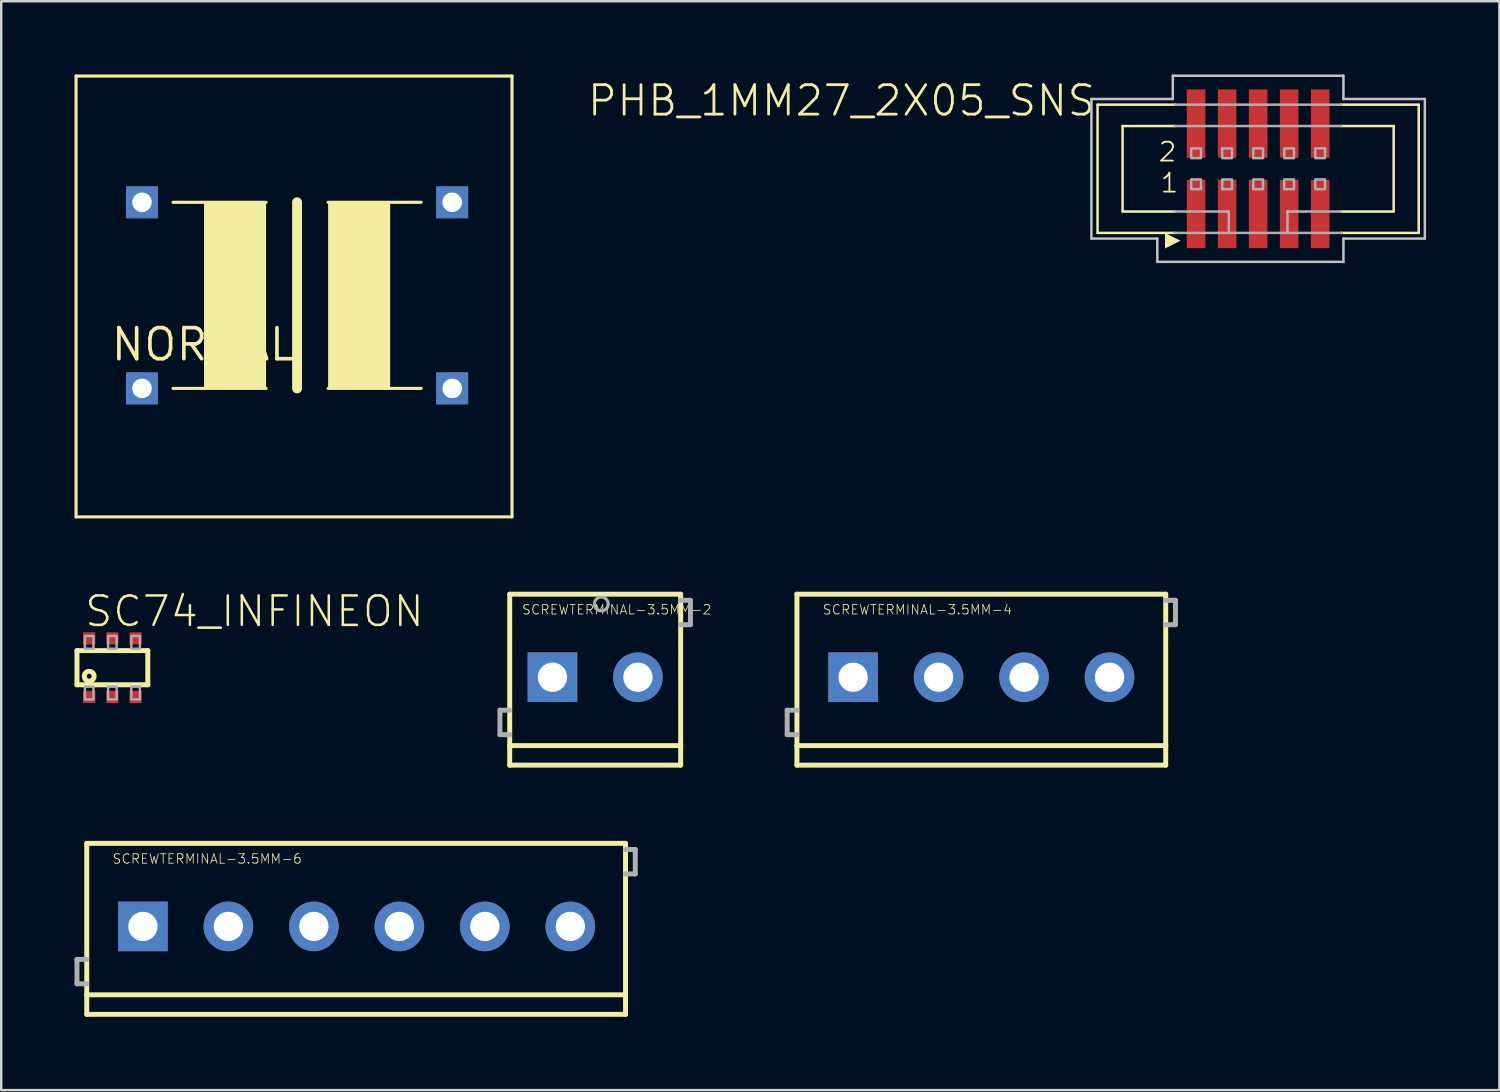
<source format=kicad_pcb>
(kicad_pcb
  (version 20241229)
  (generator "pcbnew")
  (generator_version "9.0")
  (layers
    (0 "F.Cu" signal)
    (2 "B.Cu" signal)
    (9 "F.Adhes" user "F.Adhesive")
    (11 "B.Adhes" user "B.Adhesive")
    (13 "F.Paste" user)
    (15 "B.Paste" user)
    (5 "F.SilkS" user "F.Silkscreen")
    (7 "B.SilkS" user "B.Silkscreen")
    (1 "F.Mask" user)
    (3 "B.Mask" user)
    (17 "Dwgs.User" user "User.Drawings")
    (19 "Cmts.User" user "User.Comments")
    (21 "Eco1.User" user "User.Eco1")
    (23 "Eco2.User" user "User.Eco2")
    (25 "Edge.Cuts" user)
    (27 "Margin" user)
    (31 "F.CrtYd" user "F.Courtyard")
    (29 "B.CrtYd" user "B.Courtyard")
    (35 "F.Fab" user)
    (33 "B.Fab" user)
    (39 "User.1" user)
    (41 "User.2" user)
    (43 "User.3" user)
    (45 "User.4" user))
  (footprint "SCREWTERMINAL-3.5MM-2"
    (layer "F.Cu")
    (at 19.57 24.679)
    (property "Reference" "SCREWTERMINAL-3.5MM-2" (at -1.27 -2.54 0) (layer "F.SilkS") (effects (font (size 0.386 0.386) (thickness 0.033)) (justify left bottom)))
    (attr through_hole)
    (fp_line (start -1.75 -3.4) (end 5.25 -3.4) (stroke (width 0.203) (type solid)) (layer "F.SilkS"))
    (fp_line (start -1.75 2.8) (end -1.75 -3.4) (stroke (width 0.203) (type solid)) (layer "F.SilkS"))
    (fp_line (start -1.75 3.6) (end -1.75 2.8) (stroke (width 0.203) (type solid)) (layer "F.SilkS"))
    (fp_line (start 5.25 -3.4) (end 5.25 2.8) (stroke (width 0.203) (type solid)) (layer "F.SilkS"))
    (fp_line (start 5.25 2.8) (end -1.75 2.8) (stroke (width 0.203) (type solid)) (layer "F.SilkS"))
    (fp_line (start 5.25 2.8) (end 5.25 3.6) (stroke (width 0.203) (type solid)) (layer "F.SilkS"))
    (fp_line (start 5.25 3.6) (end -1.75 3.6) (stroke (width 0.203) (type solid)) (layer "F.SilkS"))
    (fp_line (start -2.15 1.35) (end -2.15 2.35) (stroke (width 0.203) (type solid)) (layer "F.Fab"))
    (fp_line (start -2.15 2.35) (end -1.75 2.35) (stroke (width 0.203) (type solid)) (layer "F.Fab"))
    (fp_line (start -1.75 1.35) (end -2.15 1.35) (stroke (width 0.203) (type solid)) (layer "F.Fab"))
    (fp_line (start 5.25 -3.15) (end 5.65 -3.15) (stroke (width 0.203) (type solid)) (layer "F.Fab"))
    (fp_line (start 5.65 -3.15) (end 5.65 -2.15) (stroke (width 0.203) (type solid)) (layer "F.Fab"))
    (fp_line (start 5.65 -2.15) (end 5.25 -2.15) (stroke (width 0.203) (type solid)) (layer "F.Fab"))
    (fp_circle (center 2 -3) (end 2.283 -3) (stroke (width 0.127) (type solid)) (fill no) (layer "F.Fab"))
    (pad "1" thru_hole rect (at 0 0) (size 2.032 2.032) (drill 1.2) (layers "*.Cu" "*.Mask"))
    (pad "2" thru_hole circle (at 3.5 0) (size 2.032 2.032) (drill 1.2) (layers "*.Cu" "*.Mask")))
  (footprint "SC74_INFINEON"
    (layer "F.Cu")
    (at 1.552 24.288)
    (property "Reference" "SC74_INFINEON" (at -1.2 -1.6 0) (layer "F.SilkS") (effects (font (size 1.206 1.206) (thickness 0.102)) (justify left bottom)))
    (attr through_hole)
    (fp_line (start -1.45 -0.7) (end -1.45 0.7) (stroke (width 0.203) (type solid)) (layer "F.SilkS"))
    (fp_line (start -1.45 0.7) (end 1.45 0.7) (stroke (width 0.203) (type solid)) (layer "F.SilkS"))
    (fp_line (start 1.45 -0.7) (end -1.45 -0.7) (stroke (width 0.203) (type solid)) (layer "F.SilkS"))
    (fp_line (start 1.45 0.7) (end 1.45 -0.7) (stroke (width 0.203) (type solid)) (layer "F.SilkS"))
    (fp_circle (center -0.95 0.35) (end -0.85 0.35) (stroke (width 0.203) (type solid)) (fill no) (layer "F.SilkS"))
    (fp_poly (pts (xy -1.125 -0.775) (xy -0.775 -0.775) (xy -0.775 -1.3) (xy -1.125 -1.3)) (stroke (width 0.1) (type solid)) (fill no) (layer "F.Fab"))
    (fp_poly (pts (xy -1.125 1.3) (xy -0.775 1.3) (xy -0.775 0.775) (xy -1.125 0.775)) (stroke (width 0.1) (type solid)) (fill no) (layer "F.Fab"))
    (fp_poly (pts (xy -0.175 -0.775) (xy 0.175 -0.775) (xy 0.175 -1.3) (xy -0.175 -1.3)) (stroke (width 0.1) (type solid)) (fill no) (layer "F.Fab"))
    (fp_poly (pts (xy -0.175 1.3) (xy 0.175 1.3) (xy 0.175 0.775) (xy -0.175 0.775)) (stroke (width 0.1) (type solid)) (fill no) (layer "F.Fab"))
    (fp_poly (pts (xy 0.775 -0.775) (xy 1.125 -0.775) (xy 1.125 -1.3) (xy 0.775 -1.3)) (stroke (width 0.1) (type solid)) (fill no) (layer "F.Fab"))
    (fp_poly (pts (xy 0.775 1.3) (xy 1.125 1.3) (xy 1.125 0.775) (xy 0.775 0.775)) (stroke (width 0.1) (type solid)) (fill no) (layer "F.Fab"))
    (pad "1" smd rect (at -0.95 1.2) (size 0.5 0.5) (layers "F.Cu" "F.Mask" "F.Paste"))
    (pad "2" smd rect (at 0 1.2) (size 0.5 0.5) (layers "F.Cu" "F.Mask" "F.Paste"))
    (pad "3" smd rect (at 0.95 1.2) (size 0.5 0.5) (layers "F.Cu" "F.Mask" "F.Paste"))
    (pad "4" smd rect (at 0.95 -1.2) (size 0.5 0.5) (layers "F.Cu" "F.Mask" "F.Paste"))
    (pad "5" smd rect (at 0 -1.2) (size 0.5 0.5) (layers "F.Cu" "F.Mask" "F.Paste"))
    (pad "6" smd rect (at -0.95 -1.2) (size 0.5 0.5) (layers "F.Cu" "F.Mask" "F.Paste")))
  (footprint "SCREWTERMINAL-3.5MM-4"
    (layer "F.Cu")
    (at 31.88 24.679)
    (property "Reference" "SCREWTERMINAL-3.5MM-4" (at -1.27 -2.54 0) (layer "F.SilkS") (effects (font (size 0.386 0.386) (thickness 0.033)) (justify left bottom)))
    (attr through_hole)
    (fp_line (start -2.3 -3.4) (end 12.8 -3.4) (stroke (width 0.203) (type solid)) (layer "F.SilkS"))
    (fp_line (start -2.3 2.8) (end -2.3 -3.4) (stroke (width 0.203) (type solid)) (layer "F.SilkS"))
    (fp_line (start -2.3 3.6) (end -2.3 2.8) (stroke (width 0.203) (type solid)) (layer "F.SilkS"))
    (fp_line (start 12.8 -3.4) (end 12.8 2.8) (stroke (width 0.203) (type solid)) (layer "F.SilkS"))
    (fp_line (start 12.8 2.8) (end -2.3 2.8) (stroke (width 0.203) (type solid)) (layer "F.SilkS"))
    (fp_line (start 12.8 2.8) (end 12.8 3.6) (stroke (width 0.203) (type solid)) (layer "F.SilkS"))
    (fp_line (start 12.8 3.6) (end -2.3 3.6) (stroke (width 0.203) (type solid)) (layer "F.SilkS"))
    (fp_line (start -2.7 1.35) (end -2.7 2.35) (stroke (width 0.203) (type solid)) (layer "F.Fab"))
    (fp_line (start -2.7 2.35) (end -2.3 2.35) (stroke (width 0.203) (type solid)) (layer "F.Fab"))
    (fp_line (start -2.3 1.35) (end -2.7 1.35) (stroke (width 0.203) (type solid)) (layer "F.Fab"))
    (fp_line (start 12.8 -3.15) (end 13.2 -3.15) (stroke (width 0.203) (type solid)) (layer "F.Fab"))
    (fp_line (start 13.2 -3.15) (end 13.2 -2.15) (stroke (width 0.203) (type solid)) (layer "F.Fab"))
    (fp_line (start 13.2 -2.15) (end 12.8 -2.15) (stroke (width 0.203) (type solid)) (layer "F.Fab"))
    (fp_circle (center 0 0) (end 0.425 0) (stroke (width 0.001) (type solid)) (fill no) (layer "F.Fab"))
    (fp_circle (center 3.5 0) (end 3.925 0) (stroke (width 0.001) (type solid)) (fill no) (layer "F.Fab"))
    (fp_circle (center 7 0) (end 7.425 0) (stroke (width 0.001) (type solid)) (fill no) (layer "F.Fab"))
    (fp_circle (center 10.5 0) (end 10.925 0) (stroke (width 0.001) (type solid)) (fill no) (layer "F.Fab"))
    (pad "1" thru_hole rect (at 0 0) (size 2.032 2.032) (drill 1.2) (layers "*.Cu" "*.Mask"))
    (pad "2" thru_hole circle (at 3.5 0) (size 2.032 2.032) (drill 1.2) (layers "*.Cu" "*.Mask"))
    (pad "3" thru_hole circle (at 7 0) (size 2.032 2.032) (drill 1.2) (layers "*.Cu" "*.Mask"))
    (pad "4" thru_hole circle (at 10.5 0) (size 2.032 2.032) (drill 1.2) (layers "*.Cu" "*.Mask")))
  (footprint "SCREWTERMINAL-3.5MM-6"
    (layer "F.Cu")
    (at 2.802 34.882)
    (property "Reference" "SCREWTERMINAL-3.5MM-6" (at -1.27 -2.54 0) (layer "F.SilkS") (effects (font (size 0.386 0.386) (thickness 0.033)) (justify left bottom)))
    (attr through_hole)
    (fp_line (start -2.3 -3.4) (end 19.76 -3.4) (stroke (width 0.203) (type solid)) (layer "F.SilkS"))
    (fp_line (start -2.3 2.8) (end -2.3 -3.4) (stroke (width 0.203) (type solid)) (layer "F.SilkS"))
    (fp_line (start -2.3 3.6) (end -2.3 2.8) (stroke (width 0.203) (type solid)) (layer "F.SilkS"))
    (fp_line (start 19.76 -3.4) (end 19.76 2.8) (stroke (width 0.203) (type solid)) (layer "F.SilkS"))
    (fp_line (start 19.76 2.8) (end -2.3 2.8) (stroke (width 0.203) (type solid)) (layer "F.SilkS"))
    (fp_line (start 19.76 2.8) (end 19.76 3.6) (stroke (width 0.203) (type solid)) (layer "F.SilkS"))
    (fp_line (start 19.76 3.6) (end -2.3 3.6) (stroke (width 0.203) (type solid)) (layer "F.SilkS"))
    (fp_line (start -2.7 1.35) (end -2.7 2.35) (stroke (width 0.203) (type solid)) (layer "F.Fab"))
    (fp_line (start -2.7 2.35) (end -2.3 2.35) (stroke (width 0.203) (type solid)) (layer "F.Fab"))
    (fp_line (start -2.3 1.35) (end -2.7 1.35) (stroke (width 0.203) (type solid)) (layer "F.Fab"))
    (fp_line (start 19.76 -3.15) (end 20.16 -3.15) (stroke (width 0.203) (type solid)) (layer "F.Fab"))
    (fp_line (start 20.16 -3.15) (end 20.16 -2.15) (stroke (width 0.203) (type solid)) (layer "F.Fab"))
    (fp_line (start 20.16 -2.15) (end 19.76 -2.15) (stroke (width 0.203) (type solid)) (layer "F.Fab"))
    (pad "1" thru_hole rect (at 0 0) (size 2.032 2.032) (drill 1.2) (layers "*.Cu" "*.Mask"))
    (pad "2" thru_hole circle (at 3.5 0) (size 2.032 2.032) (drill 1.2) (layers "*.Cu" "*.Mask"))
    (pad "3" thru_hole circle (at 7 0) (size 2.032 2.032) (drill 1.2) (layers "*.Cu" "*.Mask"))
    (pad "4" thru_hole circle (at 10.5 0) (size 2.032 2.032) (drill 1.2) (layers "*.Cu" "*.Mask"))
    (pad "5" thru_hole circle (at 14 0) (size 2.032 2.032) (drill 1.2) (layers "*.Cu" "*.Mask"))
    (pad "6" thru_hole circle (at 17.5 0) (size 2.032 2.032) (drill 1.2) (layers "*.Cu" "*.Mask")))
  (footprint "PHB_1MM27_2X05_SNS"
    (layer "F.Cu")
    (at 48.464 3.861)
    (property "Reference" "PHB_1MM27_2X05_SNS" (at -6.588 -3.495 0) (layer "F.SilkS") (effects (font (size 1.206 1.206) (thickness 0.114)) (justify right top)))
    (attr through_hole)
    (fp_line (start -6.575 -2.625) (end -6.575 2.625) (stroke (width 0.102) (type solid)) (layer "F.SilkS"))
    (fp_line (start -6.575 2.625) (end -3.41 2.625) (stroke (width 0.102) (type solid)) (layer "F.SilkS"))
    (fp_line (start -5.55 -1.75) (end -5.55 1.75) (stroke (width 0.102) (type solid)) (layer "F.SilkS"))
    (fp_line (start -5.55 1.75) (end -3.39 1.75) (stroke (width 0.102) (type solid)) (layer "F.SilkS"))
    (fp_line (start -3.41 -1.75) (end -5.55 -1.75) (stroke (width 0.102) (type solid)) (layer "F.SilkS"))
    (fp_line (start -3.385 -2.625) (end -6.575 -2.625) (stroke (width 0.102) (type solid)) (layer "F.SilkS"))
    (fp_line (start 3.39 1.75) (end 5.55 1.75) (stroke (width 0.102) (type solid)) (layer "F.SilkS"))
    (fp_line (start 3.39 2.625) (end 6.575 2.625) (stroke (width 0.102) (type solid)) (layer "F.SilkS"))
    (fp_line (start 5.55 -1.75) (end 3.39 -1.75) (stroke (width 0.102) (type solid)) (layer "F.SilkS"))
    (fp_line (start 5.55 1.75) (end 5.55 -1.75) (stroke (width 0.102) (type solid)) (layer "F.SilkS"))
    (fp_line (start 6.575 -2.625) (end 3.385 -2.625) (stroke (width 0.102) (type solid)) (layer "F.SilkS"))
    (fp_line (start 6.575 2.625) (end 6.575 -2.625) (stroke (width 0.102) (type solid)) (layer "F.SilkS"))
    (fp_poly (pts (xy -3.178 2.946) (xy -3.813 2.629) (xy -3.813 3.264)) (stroke (width 0) (type solid)) (fill yes) (layer "F.SilkS"))
    (fp_line (start -6.826 -2.857) (end -3.493 -2.857) (stroke (width 0.102) (type solid)) (layer "Dwgs.User"))
    (fp_line (start -6.826 2.857) (end -6.826 -2.857) (stroke (width 0.102) (type solid)) (layer "Dwgs.User"))
    (fp_line (start -4.128 2.857) (end -6.826 2.857) (stroke (width 0.102) (type solid)) (layer "Dwgs.User"))
    (fp_line (start -4.128 3.81) (end -4.128 2.857) (stroke (width 0.102) (type solid)) (layer "Dwgs.User"))
    (fp_line (start -3.493 -3.81) (end 3.493 -3.81) (stroke (width 0.102) (type solid)) (layer "Dwgs.User"))
    (fp_line (start -3.493 -2.857) (end -3.493 -3.81) (stroke (width 0.102) (type solid)) (layer "Dwgs.User"))
    (fp_line (start 3.493 -3.81) (end 3.493 -2.857) (stroke (width 0.102) (type solid)) (layer "Dwgs.User"))
    (fp_line (start 3.493 -2.857) (end 6.826 -2.857) (stroke (width 0.102) (type solid)) (layer "Dwgs.User"))
    (fp_line (start 3.493 2.857) (end 3.493 3.81) (stroke (width 0.102) (type solid)) (layer "Dwgs.User"))
    (fp_line (start 3.493 3.81) (end -4.128 3.81) (stroke (width 0.102) (type solid)) (layer "Dwgs.User"))
    (fp_line (start 6.826 -2.857) (end 6.826 2.857) (stroke (width 0.102) (type solid)) (layer "Dwgs.User"))
    (fp_line (start 6.826 2.857) (end 3.493 2.857) (stroke (width 0.102) (type solid)) (layer "Dwgs.User"))
    (fp_line (start -3.425 2.625) (end -1.2 2.625) (stroke (width 0.102) (type solid)) (layer "F.Fab"))
    (fp_line (start -3.41 1.75) (end -1.2 1.75) (stroke (width 0.102) (type solid)) (layer "F.Fab"))
    (fp_line (start -1.2 1.75) (end -1.2 2.625) (stroke (width 0.102) (type solid)) (layer "F.Fab"))
    (fp_line (start -1.2 2.625) (end 1.2 2.625) (stroke (width 0.102) (type solid)) (layer "F.Fab"))
    (fp_line (start 1.2 1.75) (end 3.41 1.75) (stroke (width 0.102) (type solid)) (layer "F.Fab"))
    (fp_line (start 1.2 2.625) (end 1.2 1.75) (stroke (width 0.102) (type solid)) (layer "F.Fab"))
    (fp_line (start 1.2 2.625) (end 3.425 2.625) (stroke (width 0.102) (type solid)) (layer "F.Fab"))
    (fp_line (start 3.4 -2.625) (end -3.4 -2.625) (stroke (width 0.102) (type solid)) (layer "F.Fab"))
    (fp_line (start 3.41 -1.75) (end -3.41 -1.75) (stroke (width 0.102) (type solid)) (layer "F.Fab"))
    (fp_poly (pts (xy -2.74 -0.435) (xy -2.34 -0.435) (xy -2.34 -0.835) (xy -2.74 -0.835)) (stroke (width 0.1) (type solid)) (fill no) (layer "F.Fab"))
    (fp_poly (pts (xy -2.74 0.835) (xy -2.34 0.835) (xy -2.34 0.435) (xy -2.74 0.435)) (stroke (width 0.1) (type solid)) (fill no) (layer "F.Fab"))
    (fp_poly (pts (xy -1.47 -0.435) (xy -1.07 -0.435) (xy -1.07 -0.835) (xy -1.47 -0.835)) (stroke (width 0.1) (type solid)) (fill no) (layer "F.Fab"))
    (fp_poly (pts (xy -1.47 0.835) (xy -1.07 0.835) (xy -1.07 0.435) (xy -1.47 0.435)) (stroke (width 0.1) (type solid)) (fill no) (layer "F.Fab"))
    (fp_poly (pts (xy -0.2 -0.435) (xy 0.2 -0.435) (xy 0.2 -0.835) (xy -0.2 -0.835)) (stroke (width 0.1) (type solid)) (fill no) (layer "F.Fab"))
    (fp_poly (pts (xy -0.2 0.835) (xy 0.2 0.835) (xy 0.2 0.435) (xy -0.2 0.435)) (stroke (width 0.1) (type solid)) (fill no) (layer "F.Fab"))
    (fp_poly (pts (xy 1.07 -0.435) (xy 1.47 -0.435) (xy 1.47 -0.835) (xy 1.07 -0.835)) (stroke (width 0.1) (type solid)) (fill no) (layer "F.Fab"))
    (fp_poly (pts (xy 1.07 0.835) (xy 1.47 0.835) (xy 1.47 0.435) (xy 1.07 0.435)) (stroke (width 0.1) (type solid)) (fill no) (layer "F.Fab"))
    (fp_poly (pts (xy 2.34 -0.435) (xy 2.74 -0.435) (xy 2.74 -0.835) (xy 2.34 -0.835)) (stroke (width 0.1) (type solid)) (fill no) (layer "F.Fab"))
    (fp_poly (pts (xy 2.34 0.835) (xy 2.74 0.835) (xy 2.74 0.435) (xy 2.34 0.435)) (stroke (width 0.1) (type solid)) (fill no) (layer "F.Fab"))
    (fp_text user "2" (at -4.128 -0.238 0) (layer "F.SilkS") (effects (font (size 0.772 0.772) (thickness 0.073)) (justify left bottom)))
    (fp_text user "1" (at -4.048 1.032 0) (layer "F.SilkS") (effects (font (size 0.772 0.772) (thickness 0.073)) (justify left bottom)))
    (pad "1" smd rect (at -2.54 1.85) (size 0.76 2.8) (layers "F.Cu" "F.Mask" "F.Paste"))
    (pad "2" smd rect (at -2.54 -1.85) (size 0.76 2.8) (layers "F.Cu" "F.Mask" "F.Paste"))
    (pad "3" smd rect (at -1.27 1.85) (size 0.76 2.8) (layers "F.Cu" "F.Mask" "F.Paste"))
    (pad "4" smd rect (at -1.27 -1.85) (size 0.76 2.8) (layers "F.Cu" "F.Mask" "F.Paste"))
    (pad "5" smd rect (at 0 1.85) (size 0.76 2.8) (layers "F.Cu" "F.Mask" "F.Paste"))
    (pad "6" smd rect (at 0 -1.85) (size 0.76 2.8) (layers "F.Cu" "F.Mask" "F.Paste"))
    (pad "7" smd rect (at 1.27 1.85) (size 0.76 2.8) (layers "F.Cu" "F.Mask" "F.Paste"))
    (pad "8" smd rect (at 1.27 -1.85) (size 0.76 2.8) (layers "F.Cu" "F.Mask" "F.Paste"))
    (pad "9" smd rect (at 2.54 1.85) (size 0.76 2.8) (layers "F.Cu" "F.Mask" "F.Paste"))
    (pad "10" smd rect (at 2.54 -1.85) (size 0.76 2.8) (layers "F.Cu" "F.Mask" "F.Paste")))
  (footprint "NORMAL"
    (layer "F.Cu")
    (at 9.114 10.313)
    (property "Reference" "NORMAL" (at 0 0 0) (layer "F.SilkS") (effects (font (size 1.27 1.27) (thickness 0.15)) (justify right top)))
    (attr through_hole)
    (fp_line (start -9.05 -10.25) (end 8.8 -10.25) (stroke (width 0.127) (type solid)) (layer "F.SilkS"))
    (fp_line (start -9.05 7.8) (end -9.05 -10.25) (stroke (width 0.127) (type solid)) (layer "F.SilkS"))
    (fp_line (start -1.27 -5.08) (end -5.08 -5.08) (stroke (width 0.127) (type solid)) (layer "F.SilkS"))
    (fp_line (start -1.27 2.54) (end -5.08 2.54) (stroke (width 0.127) (type solid)) (layer "F.SilkS"))
    (fp_line (start 0 2.54) (end 0 -5.08) (stroke (width 0.406) (type solid)) (layer "F.SilkS"))
    (fp_line (start 1.27 -5.08) (end 5.08 -5.08) (stroke (width 0.127) (type solid)) (layer "F.SilkS"))
    (fp_line (start 1.27 2.54) (end 5.08 2.54) (stroke (width 0.127) (type solid)) (layer "F.SilkS"))
    (fp_line (start 8.8 -10.25) (end 8.8 7.8) (stroke (width 0.127) (type solid)) (layer "F.SilkS"))
    (fp_line (start 8.8 7.8) (end -9.05 7.8) (stroke (width 0.127) (type solid)) (layer "F.SilkS"))
    (fp_poly (pts (xy -3.81 -5.08) (xy -3.81 2.54) (xy -1.27 2.54) (xy -1.27 -5.08)) (stroke (width 0) (type solid)) (fill yes) (layer "F.SilkS"))
    (fp_poly (pts (xy 3.81 2.54) (xy 3.81 -5.08) (xy 1.27 -5.08) (xy 1.27 2.54)) (stroke (width 0) (type solid)) (fill yes) (layer "F.SilkS"))
    (pad "P$1" thru_hole rect (at -6.35 -5.08 90) (size 1.308 1.308) (drill 0.8) (layers "*.Cu" "*.Mask"))
    (pad "P$2" thru_hole rect (at -6.35 2.54 90) (size 1.308 1.308) (drill 0.8) (layers "*.Cu" "*.Mask"))
    (pad "P$3" thru_hole rect (at 6.35 -5.08 90) (size 1.308 1.308) (drill 0.8) (layers "*.Cu" "*.Mask"))
    (pad "P$4" thru_hole rect (at 6.35 2.54 90) (size 1.308 1.308) (drill 0.8) (layers "*.Cu" "*.Mask")))
  (gr_rect
    (start -3 -3)
    (end 58.342 41.583)
    (stroke (width 0.1) (type default))
    (fill no)
    (layer "Edge.Cuts")))
</source>
